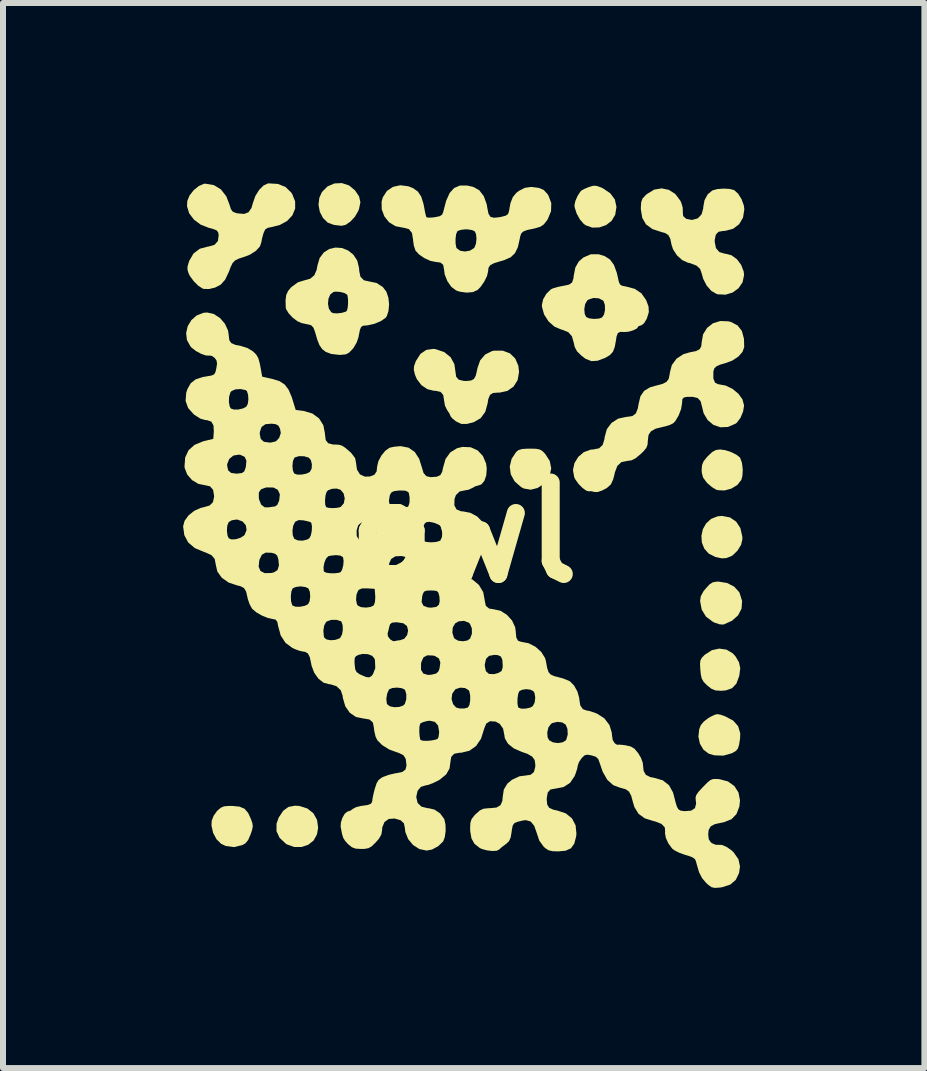
<source format=kicad_pcb>
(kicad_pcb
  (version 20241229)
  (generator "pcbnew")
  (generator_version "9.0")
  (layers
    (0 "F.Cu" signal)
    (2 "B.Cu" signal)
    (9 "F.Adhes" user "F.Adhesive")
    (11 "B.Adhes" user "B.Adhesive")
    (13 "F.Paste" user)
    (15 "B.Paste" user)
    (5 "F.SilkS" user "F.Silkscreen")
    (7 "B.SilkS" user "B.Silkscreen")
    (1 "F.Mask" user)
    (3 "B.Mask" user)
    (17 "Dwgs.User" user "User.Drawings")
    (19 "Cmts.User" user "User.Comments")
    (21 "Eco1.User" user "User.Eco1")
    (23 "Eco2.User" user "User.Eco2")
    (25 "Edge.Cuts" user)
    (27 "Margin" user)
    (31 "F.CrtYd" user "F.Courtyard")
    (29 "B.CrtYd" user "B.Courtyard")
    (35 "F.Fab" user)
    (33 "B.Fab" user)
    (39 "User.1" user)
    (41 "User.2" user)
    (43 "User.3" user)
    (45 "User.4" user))
  (footprint "owl"
    (layer "F.Cu")
    (at 4.673 5.823)
    (property "Reference" "owl" (at 0 0 0) (layer "F.SilkS") (effects (font (size 1.524 1.524) (thickness 0.3))))
    (attr board_only exclude_from_pos_files exclude_from_bom)
    (fp_poly (pts (xy -2.735 4.554) (xy -2.602 4.596) (xy -2.502 4.676) (xy -2.441 4.786) (xy -2.423 4.918) (xy -2.442 5.026) (xy -2.498 5.129) (xy -2.589 5.201) (xy -2.702 5.238) (xy -2.824 5.237) (xy -2.943 5.194) (xy -2.963 5.181) (xy -3.065 5.085) (xy -3.117 4.973) (xy -3.116 4.848) (xy -3.08 4.747) (xy -3.005 4.634) (xy -2.918 4.57) (xy -2.809 4.549)) (stroke (width 0) (type solid)) (fill yes) (layer "F.SilkS"))
    (fp_poly (pts (xy 4.389 0.839) (xy 4.507 0.899) (xy 4.59 0.99) (xy 4.598 1.005) (xy 4.64 1.14) (xy 4.631 1.267) (xy 4.573 1.378) (xy 4.471 1.469) (xy 4.332 1.531) (xy 4.269 1.529) (xy 4.181 1.5) (xy 4.155 1.487) (xy 4.039 1.401) (xy 3.967 1.283) (xy 3.94 1.139) (xy 3.952 1.06) (xy 3.994 0.981) (xy 4.036 0.929) (xy 4.099 0.861) (xy 4.151 0.828) (xy 4.212 0.817) (xy 4.247 0.816)) (stroke (width 0) (type solid)) (fill yes) (layer "F.SilkS"))
    (fp_poly (pts (xy 4.438 -0.253) (xy 4.541 -0.183) (xy 4.611 -0.076) (xy 4.643 0.065) (xy 4.645 0.109) (xy 4.623 0.203) (xy 4.565 0.298) (xy 4.487 0.375) (xy 4.458 0.393) (xy 4.378 0.424) (xy 4.301 0.429) (xy 4.201 0.407) (xy 4.196 0.406) (xy 4.084 0.35) (xy 4.009 0.266) (xy 3.969 0.163) (xy 3.962 0.053) (xy 3.986 -0.057) (xy 4.041 -0.154) (xy 4.124 -0.229) (xy 4.233 -0.272) (xy 4.307 -0.278)) (stroke (width 0) (type solid)) (fill yes) (layer "F.SilkS"))
    (fp_poly (pts (xy -1.91 -5.785) (xy -1.809 -5.702) (xy -1.809 -5.702) (xy -1.741 -5.601) (xy -1.719 -5.503) (xy -1.742 -5.391) (xy -1.756 -5.356) (xy -1.81 -5.263) (xy -1.884 -5.183) (xy -1.963 -5.128) (xy -2.034 -5.111) (xy -2.035 -5.112) (xy -2.092 -5.118) (xy -2.163 -5.127) (xy -2.263 -5.164) (xy -2.342 -5.241) (xy -2.395 -5.344) (xy -2.417 -5.461) (xy -2.403 -5.579) (xy -2.359 -5.675) (xy -2.266 -5.768) (xy -2.152 -5.817) (xy -2.029 -5.823)) (stroke (width 0) (type solid)) (fill yes) (layer "F.SilkS"))
    (fp_poly (pts (xy 1.203 -1.397) (xy 1.265 -1.386) (xy 1.311 -1.361) (xy 1.357 -1.314) (xy 1.359 -1.312) (xy 1.435 -1.195) (xy 1.46 -1.071) (xy 1.435 -0.951) (xy 1.423 -0.927) (xy 1.339 -0.815) (xy 1.234 -0.744) (xy 1.12 -0.715) (xy 1.006 -0.734) (xy 0.959 -0.758) (xy 0.85 -0.854) (xy 0.786 -0.971) (xy 0.769 -1.1) (xy 0.8 -1.229) (xy 0.877 -1.345) (xy 0.917 -1.376) (xy 0.976 -1.393) (xy 1.068 -1.399) (xy 1.104 -1.399)) (stroke (width 0) (type solid)) (fill yes) (layer "F.SilkS"))
    (fp_poly (pts (xy 4.28 3.033) (xy 4.359 3.061) (xy 4.491 3.131) (xy 4.574 3.225) (xy 4.609 3.344) (xy 4.606 3.43) (xy 4.59 3.532) (xy 4.571 3.595) (xy 4.539 3.635) (xy 4.486 3.667) (xy 4.467 3.676) (xy 4.326 3.716) (xy 4.176 3.71) (xy 4.083 3.682) (xy 3.996 3.616) (xy 3.937 3.517) (xy 3.912 3.399) (xy 3.925 3.277) (xy 3.951 3.209) (xy 3.999 3.15) (xy 4.074 3.092) (xy 4.107 3.072) (xy 4.177 3.037) (xy 4.227 3.024)) (stroke (width 0) (type solid)) (fill yes) (layer "F.SilkS"))
    (fp_poly (pts (xy -3.855 4.553) (xy -3.733 4.565) (xy -3.649 4.6) (xy -3.589 4.67) (xy -3.543 4.77) (xy -3.518 4.842) (xy -3.512 4.897) (xy -3.525 4.96) (xy -3.549 5.029) (xy -3.589 5.121) (xy -3.634 5.176) (xy -3.687 5.206) (xy -3.826 5.239) (xy -3.961 5.221) (xy -4.037 5.186) (xy -4.116 5.109) (xy -4.173 5.001) (xy -4.2 4.88) (xy -4.196 4.799) (xy -4.164 4.717) (xy -4.108 4.638) (xy -4.098 4.628) (xy -4.044 4.583) (xy -3.99 4.56) (xy -3.915 4.553)) (stroke (width 0) (type solid)) (fill yes) (layer "F.SilkS"))
    (fp_poly (pts (xy 2.218 -5.776) (xy 2.289 -5.751) (xy 2.319 -5.737) (xy 2.443 -5.654) (xy 2.52 -5.55) (xy 2.547 -5.426) (xy 2.526 -5.295) (xy 2.467 -5.195) (xy 2.374 -5.123) (xy 2.261 -5.084) (xy 2.143 -5.081) (xy 2.035 -5.12) (xy 2.004 -5.141) (xy 1.938 -5.217) (xy 1.883 -5.317) (xy 1.851 -5.418) (xy 1.847 -5.455) (xy 1.862 -5.524) (xy 1.898 -5.607) (xy 1.943 -5.677) (xy 1.963 -5.699) (xy 2.01 -5.725) (xy 2.082 -5.755) (xy 2.096 -5.76) (xy 2.162 -5.779)) (stroke (width 0) (type solid)) (fill yes) (layer "F.SilkS"))
    (fp_poly (pts (xy 4.379 1.949) (xy 4.484 2.011) (xy 4.529 2.06) (xy 4.588 2.16) (xy 4.609 2.258) (xy 4.594 2.376) (xy 4.591 2.392) (xy 4.545 2.515) (xy 4.473 2.592) (xy 4.368 2.629) (xy 4.288 2.635) (xy 4.196 2.629) (xy 4.128 2.601) (xy 4.056 2.544) (xy 4 2.487) (xy 3.968 2.433) (xy 3.952 2.362) (xy 3.944 2.283) (xy 3.939 2.189) (xy 3.945 2.13) (xy 3.968 2.086) (xy 4.013 2.04) (xy 4.022 2.032) (xy 4.136 1.959) (xy 4.258 1.932)) (stroke (width 0) (type solid)) (fill yes) (layer "F.SilkS"))
    (fp_poly (pts (xy 4.362 -1.373) (xy 4.458 -1.341) (xy 4.546 -1.297) (xy 4.603 -1.252) (xy 4.608 -1.244) (xy 4.638 -1.16) (xy 4.651 -1.051) (xy 4.645 -0.944) (xy 4.627 -0.878) (xy 4.561 -0.794) (xy 4.461 -0.733) (xy 4.347 -0.702) (xy 4.236 -0.707) (xy 4.203 -0.718) (xy 4.136 -0.759) (xy 4.063 -0.822) (xy 4.047 -0.839) (xy 3.99 -0.917) (xy 3.968 -1) (xy 3.966 -1.046) (xy 3.973 -1.125) (xy 3.998 -1.188) (xy 4.054 -1.258) (xy 4.071 -1.276) (xy 4.142 -1.343) (xy 4.203 -1.376) (xy 4.271 -1.385) (xy 4.275 -1.385)) (stroke (width 0) (type solid)) (fill yes) (layer "F.SilkS"))
    (fp_poly (pts (xy -0.465 -3.056) (xy -0.321 -3.007) (xy -0.216 -2.922) (xy -0.153 -2.806) (xy -0.136 -2.684) (xy -0.124 -2.598) (xy -0.082 -2.548) (xy -0.001 -2.528) (xy 0.045 -2.526) (xy 0.122 -2.533) (xy 0.172 -2.559) (xy 0.203 -2.615) (xy 0.226 -2.713) (xy 0.231 -2.74) (xy 0.276 -2.87) (xy 0.36 -2.967) (xy 0.474 -3.024) (xy 0.508 -3.031) (xy 0.653 -3.031) (xy 0.773 -2.986) (xy 0.861 -2.9) (xy 0.913 -2.778) (xy 0.924 -2.674) (xy 0.9 -2.54) (xy 0.833 -2.433) (xy 0.731 -2.361) (xy 0.601 -2.332) (xy 0.567 -2.332) (xy 0.489 -2.326) (xy 0.44 -2.294) (xy 0.412 -2.226) (xy 0.4 -2.152) (xy 0.361 -2.011) (xy 0.285 -1.907) (xy 0.168 -1.839) (xy 0.053 -1.81) (xy -0.036 -1.81) (xy -0.121 -1.85) (xy -0.129 -1.855) (xy -0.185 -1.9) (xy -0.216 -1.936) (xy -0.218 -1.942) (xy -0.234 -1.981) (xy -0.271 -2.037) (xy -0.272 -2.037) (xy -0.31 -2.114) (xy -0.325 -2.202) (xy -0.339 -2.293) (xy -0.383 -2.344) (xy -0.466 -2.363) (xy -0.493 -2.363) (xy -0.603 -2.389) (xy -0.703 -2.457) (xy -0.78 -2.559) (xy -0.811 -2.634) (xy -0.829 -2.711) (xy -0.825 -2.775) (xy -0.796 -2.855) (xy -0.791 -2.864) (xy -0.718 -2.978) (xy -0.621 -3.044) (xy -0.504 -3.061)) (stroke (width 0) (type solid)) (fill yes) (layer "F.SilkS"))
    (fp_poly (pts (xy 3.42 -5.71) (xy 3.527 -5.641) (xy 3.61 -5.531) (xy 3.627 -5.495) (xy 3.65 -5.416) (xy 3.653 -5.347) (xy 3.652 -5.34) (xy 3.658 -5.273) (xy 3.708 -5.228) (xy 3.795 -5.21) (xy 3.811 -5.21) (xy 3.903 -5.236) (xy 3.966 -5.304) (xy 3.993 -5.406) (xy 3.993 -5.425) (xy 4.014 -5.538) (xy 4.067 -5.636) (xy 4.144 -5.7) (xy 4.149 -5.702) (xy 4.228 -5.723) (xy 4.33 -5.731) (xy 4.43 -5.726) (xy 4.505 -5.707) (xy 4.509 -5.705) (xy 4.574 -5.646) (xy 4.631 -5.554) (xy 4.669 -5.45) (xy 4.677 -5.384) (xy 4.655 -5.247) (xy 4.59 -5.137) (xy 4.489 -5.061) (xy 4.358 -5.027) (xy 4.326 -5.026) (xy 4.247 -5.012) (xy 4.202 -4.964) (xy 4.184 -4.876) (xy 4.184 -4.845) (xy 4.204 -4.74) (xy 4.262 -4.673) (xy 4.354 -4.646) (xy 4.369 -4.645) (xy 4.464 -4.62) (xy 4.553 -4.555) (xy 4.624 -4.461) (xy 4.666 -4.352) (xy 4.673 -4.292) (xy 4.648 -4.171) (xy 4.581 -4.072) (xy 4.483 -4) (xy 4.365 -3.964) (xy 4.236 -3.97) (xy 4.215 -3.976) (xy 4.128 -4.026) (xy 4.05 -4.115) (xy 3.992 -4.227) (xy 3.968 -4.313) (xy 3.94 -4.394) (xy 3.879 -4.449) (xy 3.776 -4.488) (xy 3.738 -4.496) (xy 3.642 -4.54) (xy 3.554 -4.62) (xy 3.489 -4.72) (xy 3.464 -4.797) (xy 3.443 -4.897) (xy 3.411 -4.957) (xy 3.357 -4.991) (xy 3.298 -5.007) (xy 3.146 -5.057) (xy 3.04 -5.134) (xy 2.977 -5.242) (xy 2.953 -5.385) (xy 2.953 -5.417) (xy 2.959 -5.505) (xy 2.98 -5.564) (xy 3.03 -5.619) (xy 3.058 -5.643) (xy 3.175 -5.714) (xy 3.3 -5.735)) (stroke (width 0) (type solid)) (fill yes) (layer "F.SilkS"))
    (fp_poly (pts (xy -3.093 -5.809) (xy -2.966 -5.758) (xy -2.87 -5.664) (xy -2.855 -5.641) (xy -2.806 -5.518) (xy -2.806 -5.397) (xy -2.852 -5.286) (xy -2.938 -5.193) (xy -3.061 -5.125) (xy -3.186 -5.093) (xy -3.263 -5.077) (xy -3.305 -5.05) (xy -3.33 -4.997) (xy -3.338 -4.972) (xy -3.358 -4.898) (xy -3.368 -4.845) (xy -3.369 -4.838) (xy -3.393 -4.767) (xy -3.459 -4.695) (xy -3.554 -4.633) (xy -3.639 -4.599) (xy -3.741 -4.566) (xy -3.806 -4.535) (xy -3.848 -4.491) (xy -3.882 -4.421) (xy -3.909 -4.347) (xy -3.972 -4.214) (xy -4.046 -4.131) (xy -4.049 -4.129) (xy -4.14 -4.082) (xy -4.241 -4.058) (xy -4.33 -4.06) (xy -4.347 -4.066) (xy -4.419 -4.112) (xy -4.496 -4.189) (xy -4.559 -4.275) (xy -4.579 -4.314) (xy -4.599 -4.376) (xy -4.599 -4.433) (xy -4.577 -4.508) (xy -4.569 -4.53) (xy -4.499 -4.65) (xy -4.395 -4.729) (xy -4.256 -4.766) (xy -4.247 -4.766) (xy -4.15 -4.794) (xy -4.093 -4.857) (xy -4.08 -4.952) (xy -4.08 -4.958) (xy -4.09 -5.006) (xy -4.116 -5.036) (xy -4.172 -5.058) (xy -4.238 -5.075) (xy -4.379 -5.13) (xy -4.492 -5.214) (xy -4.571 -5.318) (xy -4.607 -5.435) (xy -4.603 -5.524) (xy -4.565 -5.617) (xy -4.496 -5.705) (xy -4.411 -5.774) (xy -4.326 -5.811) (xy -4.301 -5.813) (xy -4.16 -5.789) (xy -4.042 -5.717) (xy -3.953 -5.602) (xy -3.9 -5.465) (xy -3.876 -5.388) (xy -3.846 -5.347) (xy -3.794 -5.325) (xy -3.761 -5.318) (xy -3.656 -5.309) (xy -3.583 -5.337) (xy -3.534 -5.408) (xy -3.508 -5.497) (xy -3.468 -5.61) (xy -3.406 -5.709) (xy -3.333 -5.783) (xy -3.259 -5.817) (xy -3.252 -5.818)) (stroke (width 0) (type solid)) (fill yes) (layer "F.SilkS"))
    (fp_poly (pts (xy -2.027 -4.741) (xy -1.925 -4.701) (xy -1.837 -4.631) (xy -1.772 -4.533) (xy -1.741 -4.406) (xy -1.739 -4.363) (xy -1.719 -4.264) (xy -1.661 -4.204) (xy -1.572 -4.184) (xy -1.45 -4.159) (xy -1.345 -4.091) (xy -1.286 -4.013) (xy -1.253 -3.915) (xy -1.241 -3.802) (xy -1.251 -3.692) (xy -1.28 -3.604) (xy -1.3 -3.578) (xy -1.379 -3.523) (xy -1.487 -3.478) (xy -1.598 -3.453) (xy -1.635 -3.45) (xy -1.678 -3.446) (xy -1.707 -3.425) (xy -1.727 -3.377) (xy -1.745 -3.289) (xy -1.751 -3.253) (xy -1.781 -3.167) (xy -1.833 -3.078) (xy -1.851 -3.056) (xy -1.908 -2.998) (xy -1.961 -2.97) (xy -2.035 -2.962) (xy -2.074 -2.961) (xy -2.207 -2.977) (xy -2.298 -3.012) (xy -2.356 -3.058) (xy -2.401 -3.123) (xy -2.439 -3.219) (xy -2.472 -3.334) (xy -2.5 -3.413) (xy -2.538 -3.453) (xy -2.568 -3.463) (xy -2.649 -3.48) (xy -2.697 -3.49) (xy -2.769 -3.522) (xy -2.847 -3.581) (xy -2.914 -3.653) (xy -2.956 -3.722) (xy -2.963 -3.749) (xy -2.964 -3.811) (xy -2.259 -3.811) (xy -2.244 -3.731) (xy -2.206 -3.673) (xy -2.176 -3.657) (xy -2.112 -3.652) (xy -2.034 -3.66) (xy -1.968 -3.679) (xy -1.948 -3.691) (xy -1.933 -3.733) (xy -1.925 -3.804) (xy -1.925 -3.883) (xy -1.933 -3.946) (xy -1.939 -3.962) (xy -1.981 -3.99) (xy -2.053 -4.009) (xy -2.129 -4.015) (xy -2.168 -4.009) (xy -2.221 -3.967) (xy -2.251 -3.896) (xy -2.259 -3.811) (xy -2.964 -3.811) (xy -2.966 -3.873) (xy -2.954 -3.961) (xy -2.922 -4.028) (xy -2.87 -4.09) (xy -2.76 -4.17) (xy -2.662 -4.2) (xy -2.555 -4.23) (xy -2.487 -4.287) (xy -2.447 -4.379) (xy -2.435 -4.449) (xy -2.397 -4.576) (xy -2.328 -4.668) (xy -2.237 -4.725) (xy -2.134 -4.749)) (stroke (width 0) (type solid)) (fill yes) (layer "F.SilkS"))
    (fp_poly (pts (xy 2.349 -4.607) (xy 2.439 -4.55) (xy 2.505 -4.46) (xy 2.552 -4.33) (xy 2.566 -4.27) (xy 2.585 -4.183) (xy 2.605 -4.136) (xy 2.638 -4.113) (xy 2.695 -4.102) (xy 2.704 -4.1) (xy 2.852 -4.061) (xy 2.962 -3.987) (xy 3.041 -3.874) (xy 3.042 -3.872) (xy 3.081 -3.768) (xy 3.086 -3.68) (xy 3.083 -3.661) (xy 3.051 -3.562) (xy 3.007 -3.488) (xy 2.959 -3.452) (xy 2.947 -3.45) (xy 2.911 -3.437) (xy 2.907 -3.426) (xy 2.883 -3.398) (xy 2.826 -3.37) (xy 2.754 -3.348) (xy 2.688 -3.342) (xy 2.685 -3.342) (xy 2.61 -3.344) (xy 2.57 -3.324) (xy 2.549 -3.27) (xy 2.54 -3.212) (xy 2.519 -3.094) (xy 2.489 -3.014) (xy 2.44 -2.959) (xy 2.363 -2.913) (xy 2.357 -2.91) (xy 2.232 -2.863) (xy 2.13 -2.857) (xy 2.033 -2.895) (xy 1.964 -2.947) (xy 1.89 -3.02) (xy 1.851 -3.093) (xy 1.836 -3.161) (xy 1.805 -3.27) (xy 1.745 -3.339) (xy 1.646 -3.379) (xy 1.63 -3.382) (xy 1.514 -3.431) (xy 1.414 -3.52) (xy 1.341 -3.635) (xy 1.316 -3.724) (xy 2.011 -3.724) (xy 2.018 -3.642) (xy 2.043 -3.591) (xy 2.094 -3.569) (xy 2.172 -3.56) (xy 2.252 -3.565) (xy 2.304 -3.582) (xy 2.339 -3.631) (xy 2.356 -3.709) (xy 2.354 -3.792) (xy 2.332 -3.856) (xy 2.324 -3.866) (xy 2.253 -3.903) (xy 2.164 -3.909) (xy 2.082 -3.883) (xy 2.06 -3.867) (xy 2.025 -3.807) (xy 2.011 -3.724) (xy 1.316 -3.724) (xy 1.306 -3.761) (xy 1.304 -3.792) (xy 1.325 -3.886) (xy 1.379 -3.979) (xy 1.451 -4.05) (xy 1.488 -4.069) (xy 1.566 -4.092) (xy 1.658 -4.111) (xy 1.668 -4.112) (xy 1.758 -4.132) (xy 1.808 -4.168) (xy 1.83 -4.234) (xy 1.835 -4.28) (xy 1.862 -4.417) (xy 1.92 -4.518) (xy 1.997 -4.584) (xy 2.12 -4.637) (xy 2.252 -4.637)) (stroke (width 0) (type solid)) (fill yes) (layer "F.SilkS"))
    (fp_poly (pts (xy 4.412 -3.52) (xy 4.461 -3.507) (xy 4.566 -3.45) (xy 4.636 -3.359) (xy 4.671 -3.23) (xy 4.675 -3.091) (xy 4.647 -3.011) (xy 4.577 -2.932) (xy 4.477 -2.866) (xy 4.379 -2.829) (xy 4.274 -2.798) (xy 4.21 -2.769) (xy 4.177 -2.735) (xy 4.162 -2.687) (xy 4.161 -2.677) (xy 4.161 -2.569) (xy 4.188 -2.499) (xy 4.241 -2.472) (xy 4.245 -2.472) (xy 4.365 -2.45) (xy 4.48 -2.395) (xy 4.578 -2.314) (xy 4.646 -2.22) (xy 4.672 -2.121) (xy 4.673 -2.117) (xy 4.656 -2.015) (xy 4.613 -1.912) (xy 4.554 -1.833) (xy 4.531 -1.815) (xy 4.404 -1.76) (xy 4.279 -1.755) (xy 4.163 -1.794) (xy 4.067 -1.874) (xy 3.999 -1.988) (xy 3.974 -2.09) (xy 3.949 -2.188) (xy 3.9 -2.242) (xy 3.821 -2.261) (xy 3.811 -2.262) (xy 3.718 -2.261) (xy 3.667 -2.25) (xy 3.645 -2.222) (xy 3.64 -2.168) (xy 3.64 -2.159) (xy 3.624 -2.06) (xy 3.583 -1.952) (xy 3.528 -1.859) (xy 3.493 -1.822) (xy 3.44 -1.795) (xy 3.36 -1.77) (xy 3.323 -1.762) (xy 3.199 -1.731) (xy 3.122 -1.688) (xy 3.081 -1.627) (xy 3.07 -1.539) (xy 3.07 -1.538) (xy 3.065 -1.466) (xy 3.044 -1.411) (xy 2.997 -1.354) (xy 2.948 -1.307) (xy 2.864 -1.238) (xy 2.796 -1.204) (xy 2.731 -1.195) (xy 2.63 -1.175) (xy 2.561 -1.111) (xy 2.52 -1.002) (xy 2.515 -0.975) (xy 2.492 -0.886) (xy 2.458 -0.812) (xy 2.448 -0.797) (xy 2.389 -0.745) (xy 2.312 -0.703) (xy 2.236 -0.677) (xy 2.18 -0.676) (xy 2.174 -0.679) (xy 2.12 -0.691) (xy 2.092 -0.687) (xy 2.044 -0.699) (xy 1.981 -0.744) (xy 1.916 -0.81) (xy 1.862 -0.885) (xy 1.843 -0.924) (xy 1.822 -1.042) (xy 1.847 -1.158) (xy 1.91 -1.261) (xy 2.002 -1.34) (xy 2.116 -1.382) (xy 2.165 -1.386) (xy 2.258 -1.405) (xy 2.317 -1.461) (xy 2.347 -1.559) (xy 2.35 -1.59) (xy 2.386 -1.722) (xy 2.464 -1.827) (xy 2.575 -1.899) (xy 2.711 -1.928) (xy 2.727 -1.929) (xy 2.813 -1.942) (xy 2.87 -1.986) (xy 2.903 -2.07) (xy 2.915 -2.142) (xy 2.946 -2.271) (xy 3.007 -2.361) (xy 3.107 -2.421) (xy 3.203 -2.448) (xy 3.314 -2.477) (xy 3.381 -2.512) (xy 3.418 -2.563) (xy 3.434 -2.643) (xy 3.436 -2.665) (xy 3.47 -2.793) (xy 3.549 -2.899) (xy 3.662 -2.973) (xy 3.767 -3.003) (xy 3.871 -3.024) (xy 3.932 -3.055) (xy 3.96 -3.105) (xy 3.966 -3.17) (xy 3.99 -3.303) (xy 4.056 -3.41) (xy 4.154 -3.487) (xy 4.276 -3.525)) (stroke (width 0) (type solid)) (fill yes) (layer "F.SilkS"))
    (fp_poly (pts (xy -0.921 -5.77) (xy -0.842 -5.739) (xy -0.762 -5.682) (xy -0.706 -5.598) (xy -0.668 -5.477) (xy -0.654 -5.405) (xy -0.639 -5.324) (xy -0.624 -5.267) (xy -0.616 -5.253) (xy -0.582 -5.247) (xy -0.514 -5.25) (xy -0.477 -5.255) (xy -0.398 -5.271) (xy -0.358 -5.297) (xy -0.339 -5.342) (xy -0.338 -5.347) (xy -0.291 -5.527) (xy -0.232 -5.658) (xy -0.157 -5.741) (xy -0.061 -5.782) (xy 0.06 -5.782) (xy 0.163 -5.759) (xy 0.261 -5.704) (xy 0.337 -5.605) (xy 0.386 -5.467) (xy 0.396 -5.406) (xy 0.415 -5.313) (xy 0.447 -5.261) (xy 0.505 -5.245) (xy 0.6 -5.255) (xy 0.621 -5.259) (xy 0.7 -5.279) (xy 0.74 -5.306) (xy 0.755 -5.348) (xy 0.756 -5.352) (xy 0.781 -5.49) (xy 0.82 -5.589) (xy 0.879 -5.661) (xy 0.923 -5.694) (xy 1.021 -5.744) (xy 1.121 -5.758) (xy 1.146 -5.757) (xy 1.258 -5.742) (xy 1.334 -5.709) (xy 1.393 -5.646) (xy 1.414 -5.615) (xy 1.461 -5.489) (xy 1.457 -5.355) (xy 1.403 -5.223) (xy 1.39 -5.202) (xy 1.338 -5.136) (xy 1.282 -5.097) (xy 1.202 -5.072) (xy 1.164 -5.063) (xy 1.059 -5.041) (xy 0.996 -5.017) (xy 0.961 -4.985) (xy 0.943 -4.934) (xy 0.936 -4.896) (xy 0.904 -4.754) (xy 0.856 -4.655) (xy 0.783 -4.586) (xy 0.673 -4.538) (xy 0.607 -4.519) (xy 0.504 -4.487) (xy 0.444 -4.455) (xy 0.415 -4.412) (xy 0.408 -4.35) (xy 0.39 -4.274) (xy 0.344 -4.181) (xy 0.283 -4.093) (xy 0.233 -4.042) (xy 0.155 -4.007) (xy 0.049 -3.998) (xy -0.065 -4.014) (xy -0.126 -4.035) (xy -0.204 -4.094) (xy -0.27 -4.189) (xy -0.314 -4.299) (xy -0.326 -4.385) (xy -0.339 -4.46) (xy -0.385 -4.499) (xy -0.469 -4.51) (xy -0.554 -4.527) (xy -0.651 -4.572) (xy -0.74 -4.632) (xy -0.798 -4.694) (xy -0.802 -4.701) (xy -0.829 -4.781) (xy -0.842 -4.875) (xy -0.842 -4.887) (xy -0.844 -4.895) (xy -0.134 -4.895) (xy -0.133 -4.813) (xy -0.121 -4.749) (xy -0.115 -4.738) (xy -0.058 -4.696) (xy 0.023 -4.683) (xy 0.107 -4.698) (xy 0.174 -4.74) (xy 0.18 -4.747) (xy 0.206 -4.812) (xy 0.215 -4.896) (xy 0.207 -4.975) (xy 0.185 -5.02) (xy 0.138 -5.041) (xy 0.063 -5.052) (xy 0.041 -5.053) (xy -0.038 -5.045) (xy -0.095 -5.027) (xy -0.103 -5.02) (xy -0.124 -4.973) (xy -0.134 -4.895) (xy -0.844 -4.895) (xy -0.86 -4.992) (xy -0.912 -5.057) (xy -1.001 -5.08) (xy -1.008 -5.08) (xy -1.135 -5.105) (xy -1.242 -5.171) (xy -1.32 -5.269) (xy -1.364 -5.387) (xy -1.366 -5.514) (xy -1.345 -5.587) (xy -1.277 -5.692) (xy -1.176 -5.76) (xy -1.054 -5.787)) (stroke (width 0) (type solid)) (fill yes) (layer "F.SilkS"))
    (fp_poly (pts (xy -4.161 -3.642) (xy -4.058 -3.575) (xy -3.975 -3.478) (xy -3.923 -3.364) (xy -3.912 -3.284) (xy -3.903 -3.206) (xy -3.871 -3.158) (xy -3.803 -3.128) (xy -3.722 -3.113) (xy -3.602 -3.076) (xy -3.508 -3.019) (xy -3.454 -2.966) (xy -3.419 -2.905) (xy -3.395 -2.816) (xy -3.386 -2.771) (xy -3.355 -2.598) (xy -3.185 -2.56) (xy -3.068 -2.524) (xy -2.981 -2.468) (xy -2.916 -2.382) (xy -2.862 -2.256) (xy -2.844 -2.197) (xy -2.797 -2.044) (xy -2.665 -2.027) (xy -2.519 -1.984) (xy -2.408 -1.903) (xy -2.336 -1.789) (xy -2.309 -1.647) (xy -2.309 -1.637) (xy -2.297 -1.542) (xy -2.256 -1.489) (xy -2.177 -1.468) (xy -2.14 -1.467) (xy -2.076 -1.464) (xy -2.024 -1.448) (xy -1.969 -1.412) (xy -1.895 -1.348) (xy -1.871 -1.326) (xy -1.807 -1.241) (xy -1.793 -1.171) (xy -1.776 -1.05) (xy -1.726 -0.97) (xy -1.645 -0.933) (xy -1.56 -0.935) (xy -1.487 -0.963) (xy -1.449 -1.019) (xy -1.44 -1.101) (xy -1.42 -1.188) (xy -1.37 -1.283) (xy -1.303 -1.365) (xy -1.233 -1.414) (xy -1.232 -1.414) (xy -1.162 -1.43) (xy -1.07 -1.439) (xy -1.044 -1.44) (xy -0.917 -1.415) (xy -0.814 -1.344) (xy -0.739 -1.228) (xy -0.696 -1.089) (xy -0.666 -0.991) (xy -0.618 -0.939) (xy -0.547 -0.924) (xy -0.447 -0.931) (xy -0.387 -0.958) (xy -0.356 -1.014) (xy -0.343 -1.078) (xy -0.301 -1.226) (xy -0.222 -1.336) (xy -0.109 -1.406) (xy -0.018 -1.428) (xy 0.119 -1.422) (xy 0.235 -1.369) (xy 0.322 -1.276) (xy 0.375 -1.151) (xy 0.386 -1.068) (xy 0.378 -0.954) (xy 0.346 -0.862) (xy 0.297 -0.803) (xy 0.251 -0.787) (xy 0.192 -0.77) (xy 0.151 -0.746) (xy 0.082 -0.714) (xy 0.034 -0.706) (xy -0.065 -0.686) (xy -0.128 -0.625) (xy -0.151 -0.559) (xy -0.154 -0.454) (xy -0.117 -0.386) (xy -0.041 -0.355) (xy -0.006 -0.353) (xy 0.112 -0.33) (xy 0.224 -0.271) (xy 0.307 -0.187) (xy 0.309 -0.185) (xy 0.345 -0.09) (xy 0.356 0.028) (xy 0.341 0.145) (xy 0.328 0.187) (xy 0.269 0.267) (xy 0.176 0.333) (xy 0.068 0.373) (xy 0.006 0.38) (xy -0.089 0.399) (xy -0.147 0.455) (xy -0.168 0.551) (xy -0.165 0.63) (xy -0.141 0.678) (xy -0.085 0.708) (xy 0.01 0.73) (xy 0.147 0.781) (xy 0.255 0.871) (xy 0.327 0.991) (xy 0.353 1.131) (xy 0.353 1.135) (xy 0.37 1.219) (xy 0.425 1.265) (xy 0.501 1.277) (xy 0.615 1.302) (xy 0.721 1.369) (xy 0.807 1.464) (xy 0.859 1.575) (xy 0.869 1.648) (xy 0.878 1.748) (xy 0.907 1.802) (xy 0.961 1.82) (xy 0.964 1.82) (xy 1.083 1.843) (xy 1.198 1.902) (xy 1.294 1.988) (xy 1.357 2.089) (xy 1.372 2.142) (xy 1.392 2.254) (xy 1.415 2.324) (xy 1.452 2.365) (xy 1.511 2.391) (xy 1.567 2.405) (xy 1.662 2.431) (xy 1.744 2.464) (xy 1.774 2.479) (xy 1.841 2.548) (xy 1.896 2.647) (xy 1.926 2.752) (xy 1.929 2.784) (xy 1.944 2.878) (xy 1.986 2.94) (xy 2.04 2.961) (xy 2.096 2.972) (xy 2.178 2.998) (xy 2.225 3.017) (xy 2.346 3.095) (xy 2.43 3.205) (xy 2.47 3.336) (xy 2.472 3.376) (xy 2.485 3.456) (xy 2.517 3.508) (xy 2.553 3.533) (xy 2.565 3.534) (xy 2.59 3.532) (xy 2.653 3.537) (xy 2.697 3.543) (xy 2.785 3.563) (xy 2.846 3.599) (xy 2.904 3.668) (xy 2.908 3.673) (xy 2.956 3.754) (xy 2.984 3.831) (xy 2.988 3.86) (xy 2.999 3.968) (xy 3.036 4.035) (xy 3.109 4.072) (xy 3.18 4.086) (xy 3.319 4.127) (xy 3.422 4.208) (xy 3.489 4.329) (xy 3.502 4.376) (xy 3.532 4.494) (xy 3.555 4.568) (xy 3.58 4.61) (xy 3.612 4.63) (xy 3.659 4.638) (xy 3.685 4.64) (xy 3.79 4.632) (xy 3.854 4.591) (xy 3.874 4.515) (xy 3.869 4.469) (xy 3.864 4.417) (xy 3.876 4.373) (xy 3.912 4.32) (xy 3.98 4.246) (xy 3.989 4.237) (xy 4.061 4.164) (xy 4.112 4.122) (xy 4.158 4.105) (xy 4.216 4.104) (xy 4.265 4.108) (xy 4.404 4.145) (xy 4.511 4.222) (xy 4.58 4.33) (xy 4.605 4.462) (xy 4.594 4.565) (xy 4.546 4.689) (xy 4.464 4.774) (xy 4.343 4.823) (xy 4.299 4.832) (xy 4.185 4.857) (xy 4.117 4.894) (xy 4.083 4.952) (xy 4.075 5.028) (xy 4.085 5.11) (xy 4.121 5.162) (xy 4.139 5.175) (xy 4.2 5.201) (xy 4.245 5.201) (xy 4.305 5.203) (xy 4.384 5.237) (xy 4.466 5.295) (xy 4.501 5.329) (xy 4.579 5.442) (xy 4.605 5.561) (xy 4.589 5.671) (xy 4.534 5.786) (xy 4.442 5.864) (xy 4.31 5.907) (xy 4.27 5.913) (xy 4.186 5.919) (xy 4.13 5.907) (xy 4.076 5.868) (xy 4.042 5.837) (xy 3.973 5.756) (xy 3.923 5.658) (xy 3.884 5.526) (xy 3.874 5.485) (xy 3.857 5.443) (xy 3.818 5.412) (xy 3.745 5.384) (xy 3.696 5.37) (xy 3.599 5.336) (xy 3.515 5.294) (xy 3.475 5.264) (xy 3.413 5.18) (xy 3.37 5.087) (xy 3.355 5.005) (xy 3.358 4.982) (xy 3.352 4.911) (xy 3.297 4.853) (xy 3.197 4.813) (xy 3.166 4.806) (xy 3.019 4.76) (xy 2.914 4.684) (xy 2.846 4.573) (xy 2.822 4.493) (xy 2.792 4.383) (xy 2.756 4.315) (xy 2.702 4.276) (xy 2.62 4.253) (xy 2.616 4.253) (xy 2.493 4.207) (xy 2.394 4.118) (xy 2.317 3.983) (xy 2.27 3.845) (xy 2.244 3.773) (xy 2.205 3.735) (xy 2.134 3.712) (xy 2.062 3.699) (xy 2.015 3.711) (xy 1.97 3.754) (xy 1.965 3.76) (xy 1.922 3.824) (xy 1.902 3.88) (xy 1.902 3.884) (xy 1.891 3.938) (xy 1.865 4.018) (xy 1.849 4.058) (xy 1.774 4.169) (xy 1.665 4.239) (xy 1.529 4.265) (xy 1.523 4.265) (xy 1.446 4.28) (xy 1.402 4.33) (xy 1.386 4.421) (xy 1.385 4.444) (xy 1.393 4.53) (xy 1.425 4.583) (xy 1.492 4.615) (xy 1.562 4.63) (xy 1.704 4.678) (xy 1.806 4.761) (xy 1.866 4.876) (xy 1.88 5.017) (xy 1.875 5.062) (xy 1.844 5.182) (xy 1.789 5.259) (xy 1.701 5.299) (xy 1.577 5.311) (xy 1.479 5.307) (xy 1.415 5.292) (xy 1.362 5.257) (xy 1.334 5.232) (xy 1.261 5.131) (xy 1.219 5.005) (xy 1.177 4.885) (xy 1.118 4.813) (xy 1.038 4.79) (xy 0.988 4.796) (xy 0.896 4.818) (xy 0.844 4.842) (xy 0.818 4.881) (xy 0.805 4.948) (xy 0.8 4.987) (xy 0.784 5.08) (xy 0.757 5.14) (xy 0.71 5.185) (xy 0.696 5.195) (xy 0.636 5.24) (xy 0.597 5.275) (xy 0.594 5.279) (xy 0.551 5.3) (xy 0.475 5.304) (xy 0.386 5.293) (xy 0.301 5.269) (xy 0.267 5.252) (xy 0.181 5.184) (xy 0.131 5.094) (xy 0.11 4.972) (xy 0.109 4.925) (xy 0.113 4.834) (xy 0.134 4.771) (xy 0.181 4.711) (xy 0.205 4.687) (xy 0.271 4.628) (xy 0.331 4.6) (xy 0.412 4.591) (xy 0.439 4.591) (xy 0.549 4.58) (xy 0.615 4.541) (xy 0.646 4.47) (xy 0.651 4.409) (xy 0.67 4.281) (xy 0.729 4.182) (xy 0.806 4.118) (xy 0.932 4.059) (xy 1.024 4.048) (xy 1.118 4.034) (xy 1.172 3.988) (xy 1.194 3.903) (xy 1.195 3.865) (xy 1.184 3.788) (xy 1.143 3.732) (xy 1.065 3.686) (xy 0.97 3.653) (xy 0.837 3.595) (xy 0.74 3.517) (xy 0.687 3.426) (xy 0.679 3.373) (xy 0.67 3.326) (xy 1.394 3.326) (xy 1.399 3.408) (xy 1.425 3.459) (xy 1.489 3.494) (xy 1.57 3.506) (xy 1.649 3.494) (xy 1.704 3.461) (xy 1.71 3.452) (xy 1.735 3.364) (xy 1.73 3.269) (xy 1.701 3.199) (xy 1.643 3.162) (xy 1.563 3.153) (xy 1.483 3.171) (xy 1.458 3.185) (xy 1.414 3.244) (xy 1.394 3.326) (xy 0.67 3.326) (xy 0.658 3.265) (xy 0.601 3.185) (xy 0.532 3.148) (xy 0.44 3.142) (xy 0.377 3.182) (xy 0.342 3.269) (xy 0.342 3.271) (xy 0.291 3.433) (xy 0.208 3.555) (xy 0.097 3.634) (xy -0.04 3.667) (xy -0.067 3.667) (xy -0.156 3.684) (xy -0.205 3.735) (xy -0.217 3.805) (xy -0.234 3.93) (xy -0.29 4.028) (xy -0.392 4.112) (xy -0.42 4.129) (xy -0.509 4.173) (xy -0.589 4.203) (xy -0.631 4.211) (xy -0.711 4.235) (xy -0.766 4.301) (xy -0.788 4.4) (xy -0.788 4.408) (xy -0.766 4.503) (xy -0.702 4.565) (xy -0.6 4.591) (xy -0.582 4.591) (xy -0.483 4.615) (xy -0.391 4.678) (xy -0.326 4.766) (xy -0.32 4.778) (xy -0.301 4.866) (xy -0.299 4.972) (xy -0.313 5.073) (xy -0.34 5.144) (xy -0.422 5.224) (xy -0.526 5.28) (xy -0.616 5.297) (xy -0.736 5.272) (xy -0.842 5.204) (xy -0.924 5.105) (xy -0.971 4.986) (xy -0.978 4.919) (xy -0.995 4.842) (xy -1.049 4.792) (xy -1.149 4.763) (xy -1.149 4.763) (xy -1.246 4.77) (xy -1.317 4.821) (xy -1.354 4.909) (xy -1.358 4.957) (xy -1.37 5.03) (xy -1.411 5.101) (xy -1.463 5.16) (xy -1.529 5.225) (xy -1.584 5.257) (xy -1.651 5.269) (xy -1.705 5.27) (xy -1.797 5.265) (xy -1.86 5.242) (xy -1.921 5.193) (xy -1.927 5.187) (xy -1.974 5.135) (xy -2.005 5.085) (xy -2.025 5.02) (xy -2.044 4.921) (xy -2.048 4.901) (xy -2.044 4.829) (xy -2.019 4.751) (xy -1.98 4.684) (xy -1.937 4.648) (xy -1.925 4.645) (xy -1.88 4.629) (xy -1.846 4.603) (xy -1.789 4.573) (xy -1.707 4.553) (xy -1.688 4.551) (xy -1.593 4.537) (xy -1.541 4.515) (xy -1.522 4.478) (xy -1.521 4.462) (xy -1.514 4.413) (xy -1.496 4.332) (xy -1.479 4.267) (xy -1.449 4.175) (xy -1.415 4.12) (xy -1.364 4.082) (xy -1.336 4.068) (xy -1.242 4.034) (xy -1.135 4.009) (xy -1.115 4.007) (xy -1.021 3.987) (xy -0.969 3.949) (xy -0.952 3.886) (xy -0.952 3.871) (xy -0.963 3.771) (xy -1.002 3.708) (xy -1.079 3.67) (xy -1.097 3.665) (xy -1.239 3.613) (xy -1.356 3.54) (xy -1.438 3.457) (xy -1.467 3.396) (xy -1.485 3.318) (xy -1.487 3.309) (xy -0.738 3.309) (xy -0.733 3.388) (xy -0.722 3.446) (xy -0.718 3.453) (xy -0.683 3.466) (xy -0.616 3.469) (xy -0.536 3.463) (xy -0.465 3.449) (xy -0.432 3.435) (xy -0.416 3.4) (xy -0.408 3.334) (xy -0.407 3.317) (xy -0.425 3.214) (xy -0.478 3.153) (xy -0.563 3.134) (xy -0.609 3.139) (xy -0.678 3.158) (xy -0.72 3.18) (xy -0.723 3.184) (xy -0.735 3.232) (xy -0.738 3.309) (xy -1.487 3.309) (xy -1.494 3.255) (xy -1.494 3.251) (xy -1.511 3.164) (xy -1.566 3.114) (xy -1.662 3.097) (xy -1.668 3.097) (xy -1.792 3.072) (xy -1.895 3.002) (xy -1.971 2.893) (xy -2.007 2.768) (xy -1.287 2.768) (xy -1.279 2.844) (xy -1.273 2.859) (xy -1.227 2.894) (xy -1.153 2.909) (xy -1.071 2.904) (xy -1.004 2.88) (xy -0.979 2.854) (xy -0.955 2.777) (xy -0.955 2.772) (xy -0.2 2.772) (xy -0.175 2.857) (xy -0.125 2.913) (xy -0.066 2.93) (xy 0.011 2.93) (xy 0.072 2.913) (xy 0.073 2.912) (xy 0.098 2.87) (xy 0.103 2.838) (xy 0.897 2.838) (xy 0.906 2.899) (xy 0.915 2.916) (xy 0.962 2.933) (xy 1.035 2.932) (xy 1.108 2.916) (xy 1.153 2.891) (xy 1.184 2.83) (xy 1.194 2.749) (xy 1.182 2.673) (xy 1.163 2.641) (xy 1.114 2.617) (xy 1.046 2.608) (xy 0.976 2.618) (xy 0.929 2.641) (xy 0.91 2.685) (xy 0.899 2.759) (xy 0.897 2.838) (xy 0.103 2.838) (xy 0.11 2.797) (xy 0.11 2.715) (xy 0.096 2.646) (xy 0.083 2.624) (xy 0.024 2.589) (xy -0.056 2.583) (xy -0.13 2.607) (xy -0.141 2.615) (xy -0.189 2.684) (xy -0.2 2.772) (xy -0.955 2.772) (xy -0.954 2.692) (xy -0.974 2.625) (xy -0.983 2.613) (xy -1.035 2.59) (xy -1.111 2.582) (xy -1.188 2.589) (xy -1.239 2.611) (xy -1.243 2.615) (xy -1.273 2.682) (xy -1.287 2.768) (xy -2.007 2.768) (xy -2.012 2.754) (xy -2.015 2.718) (xy -2.047 2.625) (xy -2.119 2.558) (xy -2.218 2.527) (xy -2.239 2.526) (xy -2.331 2.501) (xy -2.418 2.434) (xy -2.488 2.335) (xy -2.533 2.217) (xy -2.538 2.187) (xy -2.545 2.154) (xy -1.817 2.154) (xy -1.815 2.193) (xy -1.806 2.275) (xy -1.783 2.322) (xy -1.736 2.357) (xy -1.711 2.369) (xy -1.627 2.405) (xy -1.573 2.412) (xy -1.533 2.388) (xy -1.509 2.357) (xy -1.471 2.258) (xy -1.474 2.187) (xy -0.709 2.187) (xy -0.709 2.286) (xy -0.67 2.348) (xy -0.593 2.371) (xy -0.529 2.366) (xy -0.456 2.347) (xy -0.418 2.31) (xy -0.402 2.268) (xy -0.395 2.22) (xy 0.353 2.22) (xy 0.371 2.308) (xy 0.423 2.354) (xy 0.508 2.358) (xy 0.582 2.337) (xy 0.632 2.306) (xy 0.65 2.253) (xy 0.652 2.217) (xy 0.646 2.12) (xy 0.622 2.065) (xy 0.571 2.041) (xy 0.514 2.037) (xy 0.425 2.053) (xy 0.374 2.103) (xy 0.354 2.194) (xy 0.353 2.22) (xy -0.395 2.22) (xy -0.387 2.164) (xy -0.412 2.095) (xy -0.479 2.055) (xy -0.507 2.048) (xy -0.605 2.044) (xy -0.668 2.078) (xy -0.704 2.157) (xy -0.709 2.187) (xy -1.474 2.187) (xy -1.476 2.134) (xy -1.483 2.101) (xy -1.522 2.053) (xy -1.594 2.025) (xy -1.683 2.021) (xy -1.75 2.037) (xy -1.794 2.059) (xy -1.814 2.092) (xy -1.817 2.154) (xy -2.545 2.154) (xy -2.561 2.078) (xy -2.593 2.014) (xy -2.64 1.986) (xy -2.672 1.982) (xy -2.73 1.97) (xy -2.812 1.94) (xy -2.852 1.921) (xy -2.967 1.836) (xy -3.047 1.713) (xy -3.068 1.634) (xy -2.336 1.634) (xy -2.328 1.725) (xy -2.32 1.75) (xy -2.283 1.78) (xy -2.215 1.793) (xy -2.138 1.787) (xy -2.071 1.764) (xy -2.053 1.75) (xy -2.025 1.696) (xy -2.022 1.681) (xy -1.266 1.681) (xy -1.259 1.73) (xy -1.222 1.779) (xy -1.174 1.808) (xy -1.147 1.807) (xy -1.087 1.795) (xy -1.059 1.793) (xy -0.989 1.769) (xy -0.94 1.706) (xy -0.932 1.667) (xy -0.187 1.667) (xy -0.162 1.748) (xy -0.146 1.769) (xy -0.089 1.801) (xy -0.011 1.81) (xy 0.064 1.797) (xy 0.11 1.764) (xy 0.139 1.682) (xy 0.137 1.593) (xy 0.106 1.52) (xy 0.088 1.501) (xy 0.008 1.47) (xy -0.081 1.478) (xy -0.14 1.512) (xy -0.18 1.58) (xy -0.187 1.667) (xy -0.932 1.667) (xy -0.924 1.629) (xy -0.944 1.555) (xy -1.005 1.51) (xy -1.112 1.494) (xy -1.125 1.494) (xy -1.192 1.5) (xy -1.225 1.527) (xy -1.238 1.569) (xy -1.254 1.638) (xy -1.266 1.681) (xy -2.022 1.681) (xy -2.012 1.619) (xy -2.015 1.542) (xy -2.034 1.486) (xy -2.044 1.476) (xy -2.117 1.453) (xy -2.205 1.454) (xy -2.277 1.479) (xy -2.289 1.487) (xy -2.322 1.547) (xy -2.336 1.634) (xy -3.068 1.634) (xy -3.087 1.567) (xy -3.103 1.487) (xy -3.132 1.449) (xy -3.178 1.44) (xy -3.259 1.423) (xy -3.359 1.382) (xy -3.454 1.327) (xy -3.522 1.269) (xy -3.525 1.265) (xy -3.566 1.191) (xy -3.597 1.098) (xy -3.6 1.079) (xy -3.605 1.06) (xy -2.878 1.06) (xy -2.874 1.143) (xy -2.856 1.205) (xy -2.848 1.216) (xy -2.798 1.235) (xy -2.722 1.235) (xy -2.644 1.219) (xy -2.591 1.193) (xy -2.565 1.143) (xy -2.562 1.119) (xy -1.791 1.119) (xy -1.777 1.192) (xy -1.76 1.217) (xy -1.706 1.242) (xy -1.627 1.249) (xy -1.549 1.239) (xy -1.497 1.212) (xy -1.496 1.211) (xy -1.478 1.161) (xy -1.477 1.159) (xy -0.699 1.159) (xy -0.668 1.219) (xy -0.593 1.247) (xy -0.541 1.25) (xy -0.455 1.238) (xy -0.411 1.201) (xy -0.398 1.142) (xy -0.403 1.065) (xy -0.404 1.059) (xy -0.42 1) (xy -0.446 0.973) (xy -0.501 0.965) (xy -0.544 0.964) (xy -0.62 0.967) (xy -0.659 0.984) (xy -0.681 1.028) (xy -0.69 1.065) (xy -0.699 1.159) (xy -1.477 1.159) (xy -1.471 1.083) (xy -1.472 1.055) (xy -1.481 0.937) (xy -1.602 0.929) (xy -1.69 0.929) (xy -1.741 0.95) (xy -1.758 0.968) (xy -1.785 1.035) (xy -1.791 1.119) (xy -2.562 1.119) (xy -2.555 1.065) (xy -2.561 0.986) (xy -2.585 0.931) (xy -2.586 0.929) (xy -2.634 0.907) (xy -2.707 0.897) (xy -2.717 0.896) (xy -2.791 0.905) (xy -2.843 0.926) (xy -2.847 0.929) (xy -2.869 0.98) (xy -2.878 1.06) (xy -3.605 1.06) (xy -3.623 0.981) (xy -3.659 0.923) (xy -3.719 0.892) (xy -3.77 0.88) (xy -3.915 0.832) (xy -4.028 0.752) (xy -4.102 0.649) (xy -4.121 0.568) (xy -3.414 0.568) (xy -3.383 0.64) (xy -3.313 0.675) (xy -3.206 0.673) (xy -3.159 0.662) (xy -3.1 0.624) (xy -3.084 0.573) (xy -2.333 0.573) (xy -2.329 0.637) (xy -2.323 0.651) (xy -2.287 0.668) (xy -2.219 0.677) (xy -2.141 0.677) (xy -2.074 0.668) (xy -2.048 0.658) (xy -2.023 0.616) (xy -2.005 0.545) (xy -2.002 0.517) (xy -1.241 0.517) (xy -1.239 0.58) (xy -1.201 0.668) (xy -1.138 0.721) (xy -1.062 0.733) (xy -0.987 0.701) (xy -0.966 0.681) (xy -0.937 0.626) (xy -0.919 0.55) (xy -0.914 0.475) (xy -0.925 0.425) (xy -0.928 0.421) (xy -0.963 0.406) (xy -1.029 0.391) (xy -1.039 0.39) (xy -1.137 0.395) (xy -1.207 0.44) (xy -1.241 0.517) (xy -2.002 0.517) (xy -1.999 0.468) (xy -2.008 0.412) (xy -2.01 0.408) (xy -2.053 0.383) (xy -2.127 0.375) (xy -2.215 0.384) (xy -2.253 0.393) (xy -2.289 0.429) (xy -2.318 0.496) (xy -2.333 0.573) (xy -3.084 0.573) (xy -3.076 0.548) (xy -3.085 0.45) (xy -3.105 0.383) (xy -3.144 0.351) (xy -3.199 0.336) (xy -3.296 0.333) (xy -3.36 0.368) (xy -3.4 0.45) (xy -3.403 0.462) (xy -3.414 0.568) (xy -4.121 0.568) (xy -4.13 0.527) (xy -4.13 0.524) (xy -4.147 0.437) (xy -4.201 0.375) (xy -4.3 0.33) (xy -4.32 0.324) (xy -4.477 0.258) (xy -4.588 0.164) (xy -4.653 0.041) (xy -4.662 -0.03) (xy -3.943 -0.03) (xy -3.932 0.051) (xy -3.912 0.095) (xy -3.865 0.114) (xy -3.793 0.11) (xy -3.717 0.086) (xy -3.658 0.049) (xy -3.648 0.037) (xy -3.619 -0.034) (xy -2.851 -0.034) (xy -2.845 0.048) (xy -2.82 0.103) (xy -2.761 0.13) (xy -2.681 0.134) (xy -2.604 0.115) (xy -2.569 0.093) (xy -2.544 0.045) (xy -2.529 -0.028) (xy -2.529 -0.037) (xy -1.782 -0.037) (xy -1.78 0.057) (xy -1.74 0.123) (xy -1.669 0.15) (xy -1.634 0.149) (xy -1.569 0.141) (xy -1.532 0.138) (xy -1.5 0.113) (xy -1.468 0.058) (xy -0.702 0.058) (xy -0.691 0.119) (xy -0.676 0.138) (xy -0.617 0.156) (xy -0.535 0.162) (xy -0.452 0.155) (xy -0.394 0.136) (xy -0.386 0.13) (xy -0.361 0.075) (xy -0.354 -0.006) (xy -0.367 -0.086) (xy -0.37 -0.093) (xy -0.404 -0.126) (xy -0.471 -0.157) (xy -0.496 -0.165) (xy -0.573 -0.18) (xy -0.62 -0.173) (xy -0.644 -0.155) (xy -0.676 -0.1) (xy -0.696 -0.022) (xy -0.702 0.058) (xy -1.468 0.058) (xy -1.467 0.055) (xy -1.444 -0.015) (xy -1.44 -0.054) (xy -1.464 -0.126) (xy -1.526 -0.173) (xy -1.613 -0.186) (xy -1.702 -0.168) (xy -1.754 -0.124) (xy -1.781 -0.041) (xy -1.782 -0.037) (xy -2.529 -0.037) (xy -2.526 -0.103) (xy -2.536 -0.159) (xy -2.547 -0.173) (xy -2.585 -0.186) (xy -2.653 -0.201) (xy -2.665 -0.204) (xy -2.746 -0.209) (xy -2.801 -0.183) (xy -2.807 -0.177) (xy -2.838 -0.117) (xy -2.851 -0.034) (xy -3.619 -0.034) (xy -3.615 -0.045) (xy -3.628 -0.123) (xy -3.681 -0.185) (xy -3.764 -0.216) (xy -3.791 -0.217) (xy -3.863 -0.205) (xy -3.913 -0.175) (xy -3.937 -0.115) (xy -3.943 -0.03) (xy -4.662 -0.03) (xy -4.673 -0.103) (xy -4.648 -0.196) (xy -4.582 -0.287) (xy -4.487 -0.363) (xy -4.375 -0.413) (xy -4.329 -0.423) (xy -4.231 -0.452) (xy -4.176 -0.506) (xy -4.16 -0.579) (xy -3.411 -0.579) (xy -3.407 -0.553) (xy -3.372 -0.465) (xy -3.312 -0.421) (xy -3.246 -0.421) (xy -3.177 -0.432) (xy -3.146 -0.434) (xy -3.104 -0.461) (xy -3.072 -0.534) (xy -3.071 -0.542) (xy -2.308 -0.542) (xy -2.306 -0.469) (xy -2.291 -0.426) (xy -2.251 -0.413) (xy -2.181 -0.408) (xy -2.107 -0.413) (xy -2.052 -0.426) (xy -2.046 -0.429) (xy -1.995 -0.489) (xy -1.988 -0.527) (xy -1.244 -0.527) (xy -1.228 -0.45) (xy -1.187 -0.402) (xy -1.175 -0.398) (xy -1.103 -0.39) (xy -1.021 -0.398) (xy -0.951 -0.418) (xy -0.919 -0.44) (xy -0.901 -0.502) (xy -0.899 -0.584) (xy -0.912 -0.657) (xy -0.92 -0.674) (xy -0.966 -0.698) (xy -1.061 -0.702) (xy -1.074 -0.701) (xy -1.155 -0.692) (xy -1.199 -0.673) (xy -1.224 -0.634) (xy -1.23 -0.617) (xy -1.244 -0.527) (xy -1.988 -0.527) (xy -1.98 -0.571) (xy -1.999 -0.653) (xy -2.049 -0.713) (xy -2.114 -0.734) (xy -2.192 -0.73) (xy -2.257 -0.705) (xy -2.281 -0.681) (xy -2.3 -0.62) (xy -2.308 -0.542) (xy -3.071 -0.542) (xy -3.061 -0.639) (xy -3.094 -0.712) (xy -3.166 -0.751) (xy -3.276 -0.753) (xy -3.3 -0.749) (xy -3.376 -0.721) (xy -3.411 -0.668) (xy -3.411 -0.579) (xy -4.16 -0.579) (xy -4.157 -0.595) (xy -4.156 -0.611) (xy -4.173 -0.712) (xy -4.223 -0.771) (xy -4.3 -0.788) (xy -4.419 -0.812) (xy -4.525 -0.876) (xy -4.605 -0.969) (xy -4.647 -1.079) (xy -4.649 -1.101) (xy -4.648 -1.119) (xy -3.939 -1.119) (xy -3.923 -1.038) (xy -3.872 -0.994) (xy -3.781 -0.982) (xy -3.763 -0.984) (xy -3.691 -0.993) (xy -3.654 -1.02) (xy -3.632 -1.079) (xy -3.628 -1.096) (xy -3.626 -1.113) (xy -2.851 -1.113) (xy -2.844 -1.035) (xy -2.822 -0.985) (xy -2.773 -0.967) (xy -2.698 -0.967) (xy -2.62 -0.982) (xy -2.563 -1.009) (xy -2.532 -1.064) (xy -2.527 -1.139) (xy -2.545 -1.209) (xy -2.579 -1.249) (xy -2.656 -1.272) (xy -2.741 -1.274) (xy -2.808 -1.254) (xy -2.82 -1.244) (xy -2.843 -1.191) (xy -2.851 -1.113) (xy -3.626 -1.113) (xy -3.618 -1.197) (xy -3.647 -1.262) (xy -3.717 -1.295) (xy -3.743 -1.299) (xy -3.834 -1.284) (xy -3.904 -1.227) (xy -3.938 -1.142) (xy -3.939 -1.119) (xy -4.648 -1.119) (xy -4.638 -1.252) (xy -4.582 -1.372) (xy -4.482 -1.462) (xy -4.336 -1.522) (xy -4.319 -1.526) (xy -4.17 -1.562) (xy -4.164 -1.643) (xy -3.396 -1.643) (xy -3.379 -1.56) (xy -3.326 -1.513) (xy -3.232 -1.5) (xy -3.206 -1.501) (xy -3.126 -1.521) (xy -3.075 -1.575) (xy -3.071 -1.581) (xy -3.045 -1.659) (xy -3.058 -1.73) (xy -3.084 -1.781) (xy -3.129 -1.806) (xy -3.196 -1.815) (xy -3.301 -1.806) (xy -3.366 -1.76) (xy -3.394 -1.676) (xy -3.396 -1.643) (xy -4.164 -1.643) (xy -4.161 -1.679) (xy -4.166 -1.784) (xy -4.201 -1.847) (xy -4.27 -1.873) (xy -4.298 -1.874) (xy -4.384 -1.898) (xy -4.487 -1.964) (xy -4.495 -1.97) (xy -4.589 -2.076) (xy -4.625 -2.176) (xy -3.91 -2.176) (xy -3.896 -2.1) (xy -3.878 -2.068) (xy -3.828 -2.05) (xy -3.752 -2.051) (xy -3.674 -2.069) (xy -3.62 -2.098) (xy -3.595 -2.144) (xy -3.585 -2.217) (xy -3.59 -2.294) (xy -3.608 -2.354) (xy -3.629 -2.374) (xy -3.716 -2.392) (xy -3.802 -2.386) (xy -3.866 -2.358) (xy -3.884 -2.338) (xy -3.906 -2.264) (xy -3.91 -2.176) (xy -4.625 -2.176) (xy -4.631 -2.196) (xy -4.621 -2.33) (xy -4.6 -2.393) (xy -4.546 -2.488) (xy -4.465 -2.552) (xy -4.348 -2.591) (xy -4.286 -2.602) (xy -4.203 -2.616) (xy -4.157 -2.635) (xy -4.134 -2.673) (xy -4.119 -2.738) (xy -4.107 -2.818) (xy -4.117 -2.87) (xy -4.144 -2.908) (xy -4.193 -2.944) (xy -4.23 -2.949) (xy -4.289 -2.95) (xy -4.371 -2.978) (xy -4.458 -3.025) (xy -4.532 -3.082) (xy -4.55 -3.102) (xy -4.609 -3.209) (xy -4.622 -3.324) (xy -4.596 -3.439) (xy -4.535 -3.54) (xy -4.446 -3.618) (xy -4.333 -3.662) (xy -4.273 -3.667)) (stroke (width 0) (type solid)) (fill yes) (layer "F.SilkS")))
  (gr_rect
    (start -3 -3)
    (end 12.35 14.743)
    (stroke (width 0.1) (type default))
    (fill no)
    (layer "Edge.Cuts")))
</source>
